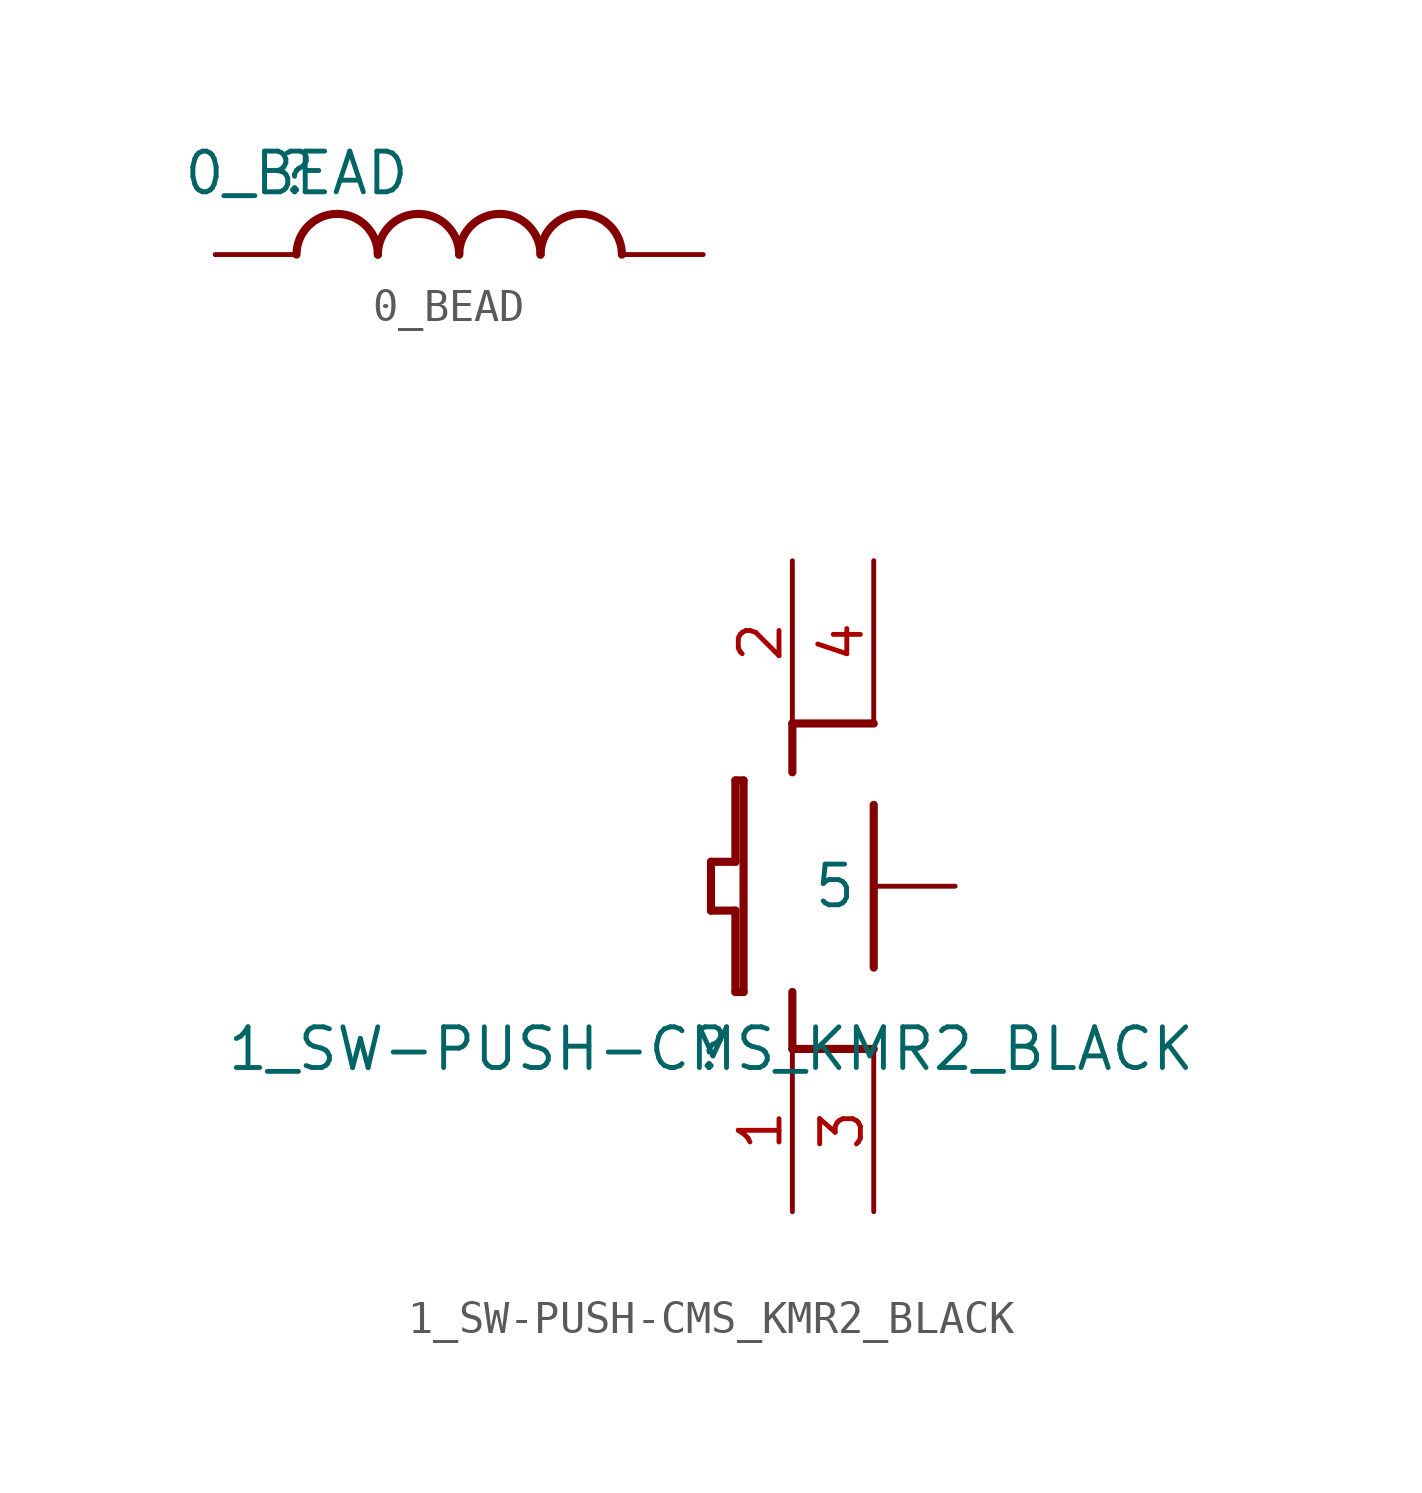
<source format=kicad_sym>
(kicad_symbol_lib
  (version 20211014)
  (generator kicad_symbol_editor)
  (symbol "0_BEAD"
    (property "Reference" ""
      (at 0 0 0)
      (effects (font (size 1.27 1.27))))
    (property "Value" "0_BEAD"
      (at 0 0 0)
      (effects (font (size 1.27 1.27))))
    (symbol "0_BEAD_1_0"
      (arc (start 1.27 -1.27) (mid 0.372 -1.642) (end 0 -2.54) (stroke (width 0.254) (type default) (color 0 0 0 0)) (fill (type none)))
      (arc (start 2.54 -2.54) (mid 2.168 -1.642) (end 1.27 -1.27) (stroke (width 0.254) (type default) (color 0 0 0 0)) (fill (type none)))
      (arc (start 3.81 -1.27) (mid 2.912 -1.642) (end 2.54 -2.54) (stroke (width 0.254) (type default) (color 0 0 0 0)) (fill (type none)))
      (arc (start 5.08 -2.54) (mid 4.708 -1.642) (end 3.81 -1.27) (stroke (width 0.254) (type default) (color 0 0 0 0)) (fill (type none)))
      (arc (start 6.35 -1.27) (mid 5.452 -1.642) (end 5.08 -2.54) (stroke (width 0.254) (type default) (color 0 0 0 0)) (fill (type none)))
      (arc (start 7.62 -2.54) (mid 7.248 -1.642) (end 6.35 -1.27) (stroke (width 0.254) (type default) (color 0 0 0 0)) (fill (type none)))
      (arc (start 8.89 -1.27) (mid 7.992 -1.642) (end 7.62 -2.54) (stroke (width 0.254) (type default) (color 0 0 0 0)) (fill (type none)))
      (arc (start 10.16 -2.54) (mid 9.788 -1.642) (end 8.89 -1.27) (stroke (width 0.254) (type default) (color 0 0 0 0)) (fill (type none)))
      (pin passive line (at -2.54 -2.54 0) (length 2.54) (name "1" (effects (font (size 0 0)))) (number "1" (effects (font (size 0 0)))))
      (pin passive line (at 12.7 -2.54 180) (length 2.54) (name "2" (effects (font (size 0 0)))) (number "2" (effects (font (size 0 0)))))))
  (symbol "1_SW-PUSH-CMS_KMR2_BLACK"
    (property "Reference" ""
      (at 0 0 0)
      (effects (font (size 1.27 1.27))))
    (property "Value" "1_SW-PUSH-CMS_KMR2_BLACK"
      (at 0 0 0)
      (effects (font (size 1.27 1.27))))
    (symbol "1_SW-PUSH-CMS_KMR2_BLACK_1_0"
      (polyline (pts (xy 0 4.318) (xy 0.762 4.318)) (stroke (width 0.254) (type default) (color 0 0 0 0)) (fill (type none)))
      (polyline (pts (xy 0 5.842) (xy 0 4.318)) (stroke (width 0.254) (type default) (color 0 0 0 0)) (fill (type none)))
      (polyline (pts (xy 0.762 1.778) (xy 1.016 1.778)) (stroke (width 0.254) (type default) (color 0 0 0 0)) (fill (type none)))
      (polyline (pts (xy 0.762 4.318) (xy 0.762 1.778)) (stroke (width 0.254) (type default) (color 0 0 0 0)) (fill (type none)))
      (polyline (pts (xy 0.762 5.842) (xy 0 5.842)) (stroke (width 0.254) (type default) (color 0 0 0 0)) (fill (type none)))
      (polyline (pts (xy 0.762 8.382) (xy 0.762 5.842)) (stroke (width 0.254) (type default) (color 0 0 0 0)) (fill (type none)))
      (polyline (pts (xy 1.016 1.778) (xy 1.016 8.382)) (stroke (width 0.254) (type default) (color 0 0 0 0)) (fill (type none)))
      (polyline (pts (xy 1.016 8.382) (xy 0.762 8.382)) (stroke (width 0.254) (type default) (color 0 0 0 0)) (fill (type none)))
      (polyline (pts (xy 2.54 0) (xy 5.08 0)) (stroke (width 0.254) (type default) (color 0 0 0 0)) (fill (type none)))
      (polyline (pts (xy 2.54 1.778) (xy 2.54 0)) (stroke (width 0.254) (type default) (color 0 0 0 0)) (fill (type none)))
      (polyline (pts (xy 2.54 8.636) (xy 2.54 10.16)) (stroke (width 0.254) (type default) (color 0 0 0 0)) (fill (type none)))
      (polyline (pts (xy 2.54 10.16) (xy 5.08 10.16)) (stroke (width 0.254) (type default) (color 0 0 0 0)) (fill (type none)))
      (polyline (pts (xy 5.08 2.54) (xy 5.08 7.62)) (stroke (width 0.254) (type default) (color 0 0 0 0)) (fill (type none)))
      (pin passive line (at 2.54 -5.08 90) (length 5.08) (name "1" (effects (font (size 0 0)))) (number "1" (effects (font (size 1.27 1.27)))))
      (pin passive line (at 2.54 15.24 270) (length 5.08) (name "2" (effects (font (size 0 0)))) (number "2" (effects (font (size 1.27 1.27)))))
      (pin passive line (at 5.08 -5.08 90) (length 5.08) (name "3" (effects (font (size 0 0)))) (number "3" (effects (font (size 1.27 1.27)))))
      (pin passive line (at 5.08 15.24 270) (length 5.08) (name "4" (effects (font (size 0 0)))) (number "4" (effects (font (size 1.27 1.27)))))
      (pin passive line (at 7.62 5.08 180) (length 2.54) (name "5" (effects (font (size 1.27 1.27)))) (number "5" (effects (font (size 0 0))))))))
</source>
